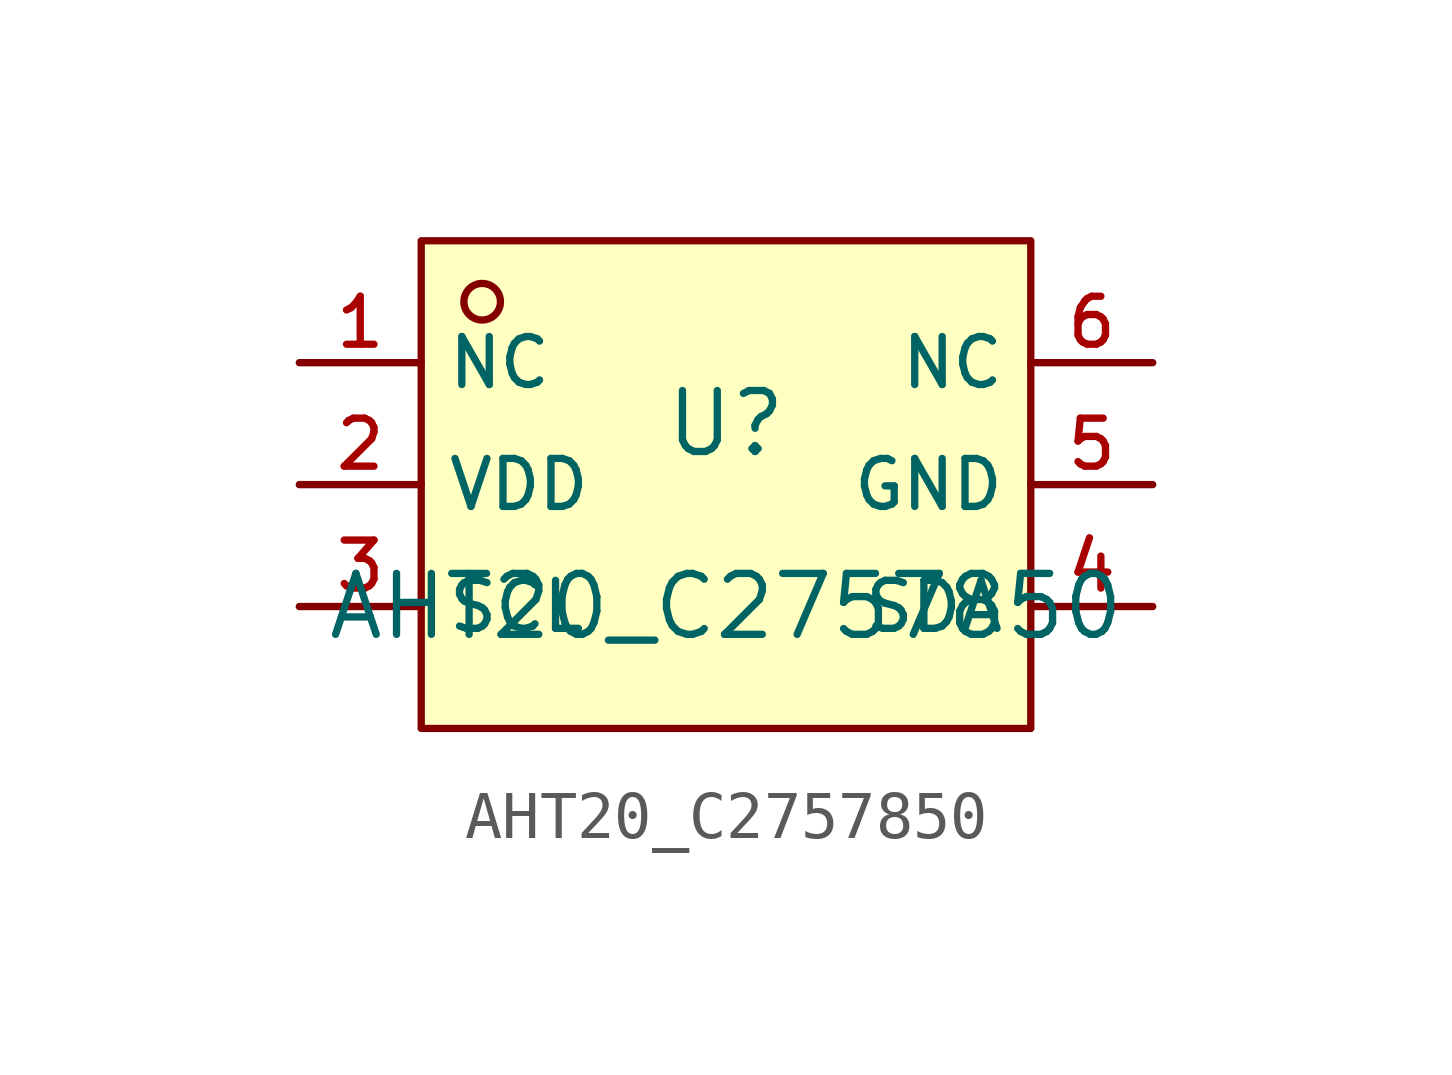
<source format=kicad_sym>
(kicad_symbol_lib
  (version 20210201)
  (generator TousstNicolas/JLC2KiCad_lib)
  (symbol "AHT20_C2757850"
    (property "Reference" "U"
      (at 0 1.27 0)
      (effects (font (size 1.27 1.27))))
    (property "Value" "AHT20_C2757850"
      (at 0 -2.54 0)
      (effects (font (size 1.27 1.27))))
    (symbol "AHT20_C2757850_0_1"
      (rectangle (start -6.35 5.08) (end 6.35 -5.08) (stroke (width 0) (type default) (color 0 0 0 0)) (fill (type background)))
      (circle (center -5.08 3.81) (radius 0.381) (stroke (width 0) (type default) (color 0 0 0 0)) (fill (type background)))
      (pin unspecified line (at -8.89 2.54 0) (length 2.54) (name "NC" (effects (font (size 1 1)))) (number "1" (effects (font (size 1 1)))))
      (pin unspecified line (at -8.89 -0.0 0) (length 2.54) (name "VDD" (effects (font (size 1 1)))) (number "2" (effects (font (size 1 1)))))
      (pin unspecified line (at -8.89 -2.54 0) (length 2.54) (name "SCL" (effects (font (size 1 1)))) (number "3" (effects (font (size 1 1)))))
      (pin unspecified line (at 8.89 -2.54 180) (length 2.54) (name "SDA" (effects (font (size 1 1)))) (number "4" (effects (font (size 1 1)))))
      (pin unspecified line (at 8.89 -0.0 180) (length 2.54) (name "GND" (effects (font (size 1 1)))) (number "5" (effects (font (size 1 1)))))
      (pin unspecified line (at 8.89 2.54 180) (length 2.54) (name "NC" (effects (font (size 1 1)))) (number "6" (effects (font (size 1 1))))))))
</source>
